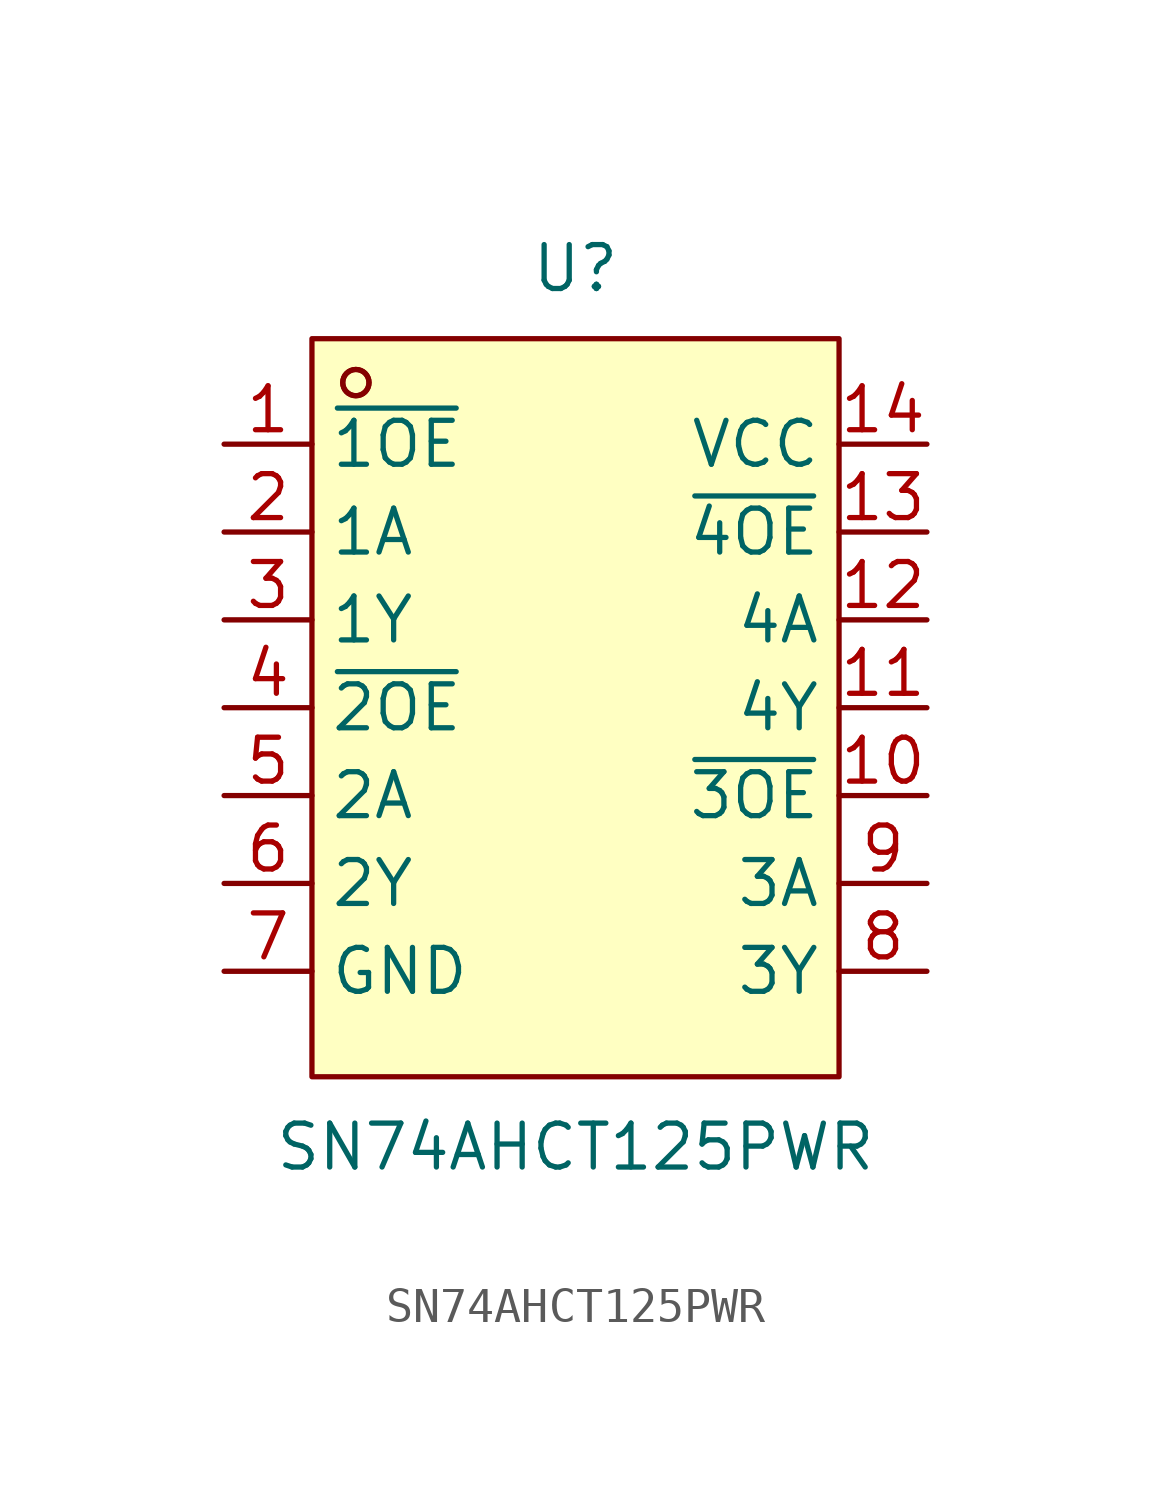
<source format=kicad_sym>
(kicad_symbol_lib
  (version 20231120)
  (generator "kicad_symbol_editor")
  (generator_version "8.0")
  (symbol "SN74AHCT125PWR"
    (property "Reference" "U"
      (at 0 12.70 0)
      (effects (font (size 1.27 1.27))))
    (property "Value" "SN74AHCT125PWR"
      (at 0 -12.70 0)
      (effects (font (size 1.27 1.27))))
    (symbol "SN74AHCT125PWR_0_1"
      (rectangle (start -7.62 10.67) (end 7.62 -10.67) (stroke (width 0) (type default) (color 0 0 0 0)) (fill (type background)))
      (circle (center -6.35 9.40) (radius 0.38) (stroke (width 0) (type default) (color 0 0 0 0)) (fill (type none)))
      (circle (center -6.35 9.40) (radius 0.38) (stroke (width 0) (type default) (color 0 0 0 0)) (fill (type none)))
      (pin unspecified line (at -10.16 7.62 0) (length 2.54) (name "~{1OE}" (effects (font (size 1.27 1.27)))) (number "1" (effects (font (size 1.27 1.27)))))
      (pin unspecified line (at -10.16 5.08 0) (length 2.54) (name "1A" (effects (font (size 1.27 1.27)))) (number "2" (effects (font (size 1.27 1.27)))))
      (pin unspecified line (at -10.16 2.54 0) (length 2.54) (name "1Y" (effects (font (size 1.27 1.27)))) (number "3" (effects (font (size 1.27 1.27)))))
      (pin unspecified line (at -10.16 -0.00 0) (length 2.54) (name "~{2OE}" (effects (font (size 1.27 1.27)))) (number "4" (effects (font (size 1.27 1.27)))))
      (pin unspecified line (at -10.16 -2.54 0) (length 2.54) (name "2A" (effects (font (size 1.27 1.27)))) (number "5" (effects (font (size 1.27 1.27)))))
      (pin unspecified line (at -10.16 -5.08 0) (length 2.54) (name "2Y" (effects (font (size 1.27 1.27)))) (number "6" (effects (font (size 1.27 1.27)))))
      (pin unspecified line (at -10.16 -7.62 0) (length 2.54) (name "GND" (effects (font (size 1.27 1.27)))) (number "7" (effects (font (size 1.27 1.27)))))
      (pin unspecified line (at 10.16 -7.62 180) (length 2.54) (name "3Y" (effects (font (size 1.27 1.27)))) (number "8" (effects (font (size 1.27 1.27)))))
      (pin unspecified line (at 10.16 -5.08 180) (length 2.54) (name "3A" (effects (font (size 1.27 1.27)))) (number "9" (effects (font (size 1.27 1.27)))))
      (pin unspecified line (at 10.16 -2.54 180) (length 2.54) (name "~{3OE}" (effects (font (size 1.27 1.27)))) (number "10" (effects (font (size 1.27 1.27)))))
      (pin unspecified line (at 10.16 -0.00 180) (length 2.54) (name "4Y" (effects (font (size 1.27 1.27)))) (number "11" (effects (font (size 1.27 1.27)))))
      (pin unspecified line (at 10.16 2.54 180) (length 2.54) (name "4A" (effects (font (size 1.27 1.27)))) (number "12" (effects (font (size 1.27 1.27)))))
      (pin unspecified line (at 10.16 5.08 180) (length 2.54) (name "~{4OE}" (effects (font (size 1.27 1.27)))) (number "13" (effects (font (size 1.27 1.27)))))
      (pin unspecified line (at 10.16 7.62 180) (length 2.54) (name "VCC" (effects (font (size 1.27 1.27)))) (number "14" (effects (font (size 1.27 1.27))))))))
</source>
